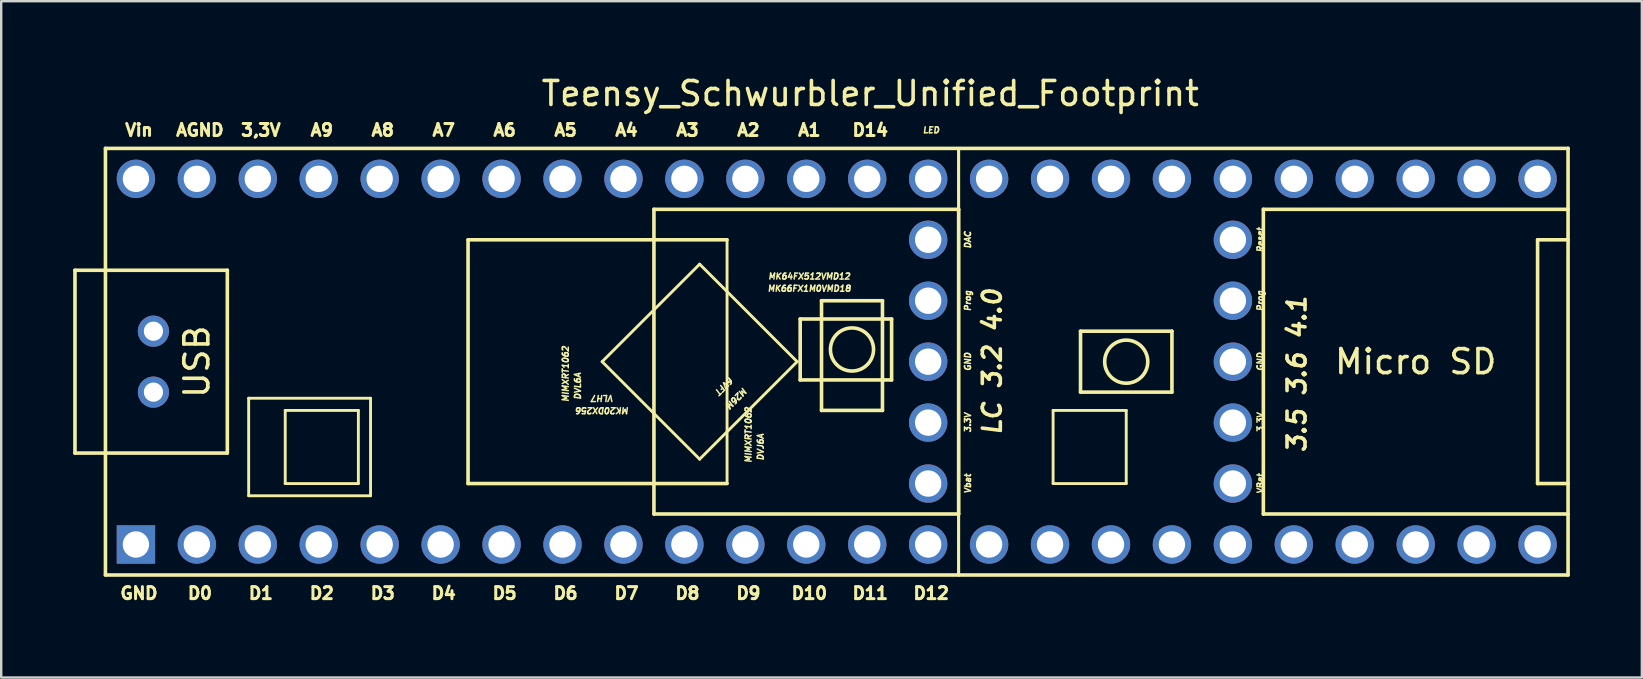
<source format=kicad_pcb>
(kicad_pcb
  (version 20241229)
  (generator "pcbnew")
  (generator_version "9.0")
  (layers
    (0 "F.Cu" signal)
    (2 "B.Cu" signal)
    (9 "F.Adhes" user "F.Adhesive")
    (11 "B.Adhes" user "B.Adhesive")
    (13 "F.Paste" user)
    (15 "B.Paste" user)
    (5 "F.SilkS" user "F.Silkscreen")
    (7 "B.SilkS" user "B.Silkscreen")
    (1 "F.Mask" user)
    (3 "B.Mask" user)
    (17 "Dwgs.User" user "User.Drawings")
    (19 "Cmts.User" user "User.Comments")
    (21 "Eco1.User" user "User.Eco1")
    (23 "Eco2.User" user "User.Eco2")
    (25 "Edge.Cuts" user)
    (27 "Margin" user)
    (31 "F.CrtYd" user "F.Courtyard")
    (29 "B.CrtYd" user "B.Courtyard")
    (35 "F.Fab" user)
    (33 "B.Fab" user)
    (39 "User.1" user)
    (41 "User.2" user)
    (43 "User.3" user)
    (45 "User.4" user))
  (footprint "Teensy_Schwurbler_Unified_Footprint"
    (layer "F.Cu")
    (at 33.73 3.134)
    (property "Reference" "Teensy_Schwurbler_Unified_Footprint" (at -0.508 -2.286 0) (layer "F.SilkS") (effects (font (size 1 1) (thickness 0.15))))
    (attr through_hole)
    (fp_line (start -33.655 5.08) (end -32.385 5.08) (stroke (width 0.15) (type solid)) (layer "F.SilkS"))
    (fp_line (start -33.655 12.7) (end -33.655 5.08) (stroke (width 0.15) (type solid)) (layer "F.SilkS"))
    (fp_line (start -32.385 0) (end 28.575 0) (stroke (width 0.15) (type solid)) (layer "F.SilkS"))
    (fp_line (start -32.385 12.7) (end -33.655 12.7) (stroke (width 0.15) (type solid)) (layer "F.SilkS"))
    (fp_line (start -32.385 17.78) (end -32.385 0) (stroke (width 0.15) (type solid)) (layer "F.SilkS"))
    (fp_line (start -27.305 5.08) (end -32.385 5.08) (stroke (width 0.15) (type solid)) (layer "F.SilkS"))
    (fp_line (start -27.305 12.7) (end -32.385 12.7) (stroke (width 0.15) (type solid)) (layer "F.SilkS"))
    (fp_line (start -27.305 12.7) (end -27.305 5.08) (stroke (width 0.15) (type solid)) (layer "F.SilkS"))
    (fp_line (start -26.416 10.414) (end -26.416 14.478) (stroke (width 0.12) (type solid)) (layer "F.SilkS"))
    (fp_line (start -26.416 14.478) (end -21.336 14.478) (stroke (width 0.12) (type solid)) (layer "F.SilkS"))
    (fp_line (start -24.892 10.922) (end -24.892 13.97) (stroke (width 0.12) (type solid)) (layer "F.SilkS"))
    (fp_line (start -24.892 13.97) (end -21.844 13.97) (stroke (width 0.12) (type solid)) (layer "F.SilkS"))
    (fp_line (start -21.844 10.922) (end -24.892 10.922) (stroke (width 0.12) (type solid)) (layer "F.SilkS"))
    (fp_line (start -21.844 13.97) (end -21.844 10.922) (stroke (width 0.12) (type solid)) (layer "F.SilkS"))
    (fp_line (start -21.336 10.414) (end -26.416 10.414) (stroke (width 0.12) (type solid)) (layer "F.SilkS"))
    (fp_line (start -21.336 14.478) (end -21.336 10.414) (stroke (width 0.12) (type solid)) (layer "F.SilkS"))
    (fp_line (start -17.272 3.81) (end -17.272 13.97) (stroke (width 0.15) (type solid)) (layer "F.SilkS"))
    (fp_line (start -17.272 13.97) (end -6.477 13.97) (stroke (width 0.15) (type solid)) (layer "F.SilkS"))
    (fp_line (start -11.684 8.89) (end -7.62 12.954) (stroke (width 0.12) (type solid)) (layer "F.SilkS"))
    (fp_line (start -9.525 2.54) (end -9.525 15.24) (stroke (width 0.15) (type solid)) (layer "F.SilkS"))
    (fp_line (start -9.525 15.24) (end 3.175 15.24) (stroke (width 0.15) (type solid)) (layer "F.SilkS"))
    (fp_line (start -7.62 4.826) (end -11.684 8.89) (stroke (width 0.12) (type solid)) (layer "F.SilkS"))
    (fp_line (start -7.62 12.954) (end -3.556 8.89) (stroke (width 0.12) (type solid)) (layer "F.SilkS"))
    (fp_line (start -6.477 3.81) (end -17.272 3.81) (stroke (width 0.15) (type solid)) (layer "F.SilkS"))
    (fp_line (start -6.477 13.97) (end -6.477 3.81) (stroke (width 0.12) (type solid)) (layer "F.SilkS"))
    (fp_line (start -3.556 8.89) (end -7.62 4.826) (stroke (width 0.12) (type solid)) (layer "F.SilkS"))
    (fp_line (start -3.429 7.112) (end 0.381 7.112) (stroke (width 0.15) (type solid)) (layer "F.SilkS"))
    (fp_line (start -3.429 9.652) (end -3.429 7.112) (stroke (width 0.15) (type solid)) (layer "F.SilkS"))
    (fp_line (start -2.54 6.35) (end 0 6.35) (stroke (width 0.15) (type solid)) (layer "F.SilkS"))
    (fp_line (start -2.54 10.922) (end -2.54 6.35) (stroke (width 0.15) (type solid)) (layer "F.SilkS"))
    (fp_line (start 0 6.35) (end 0 10.922) (stroke (width 0.15) (type solid)) (layer "F.SilkS"))
    (fp_line (start 0 10.922) (end -2.54 10.922) (stroke (width 0.15) (type solid)) (layer "F.SilkS"))
    (fp_line (start 0.381 7.112) (end 0.381 9.652) (stroke (width 0.15) (type solid)) (layer "F.SilkS"))
    (fp_line (start 0.381 9.652) (end -3.429 9.652) (stroke (width 0.15) (type solid)) (layer "F.SilkS"))
    (fp_line (start 3.175 0) (end 3.175 17.78) (stroke (width 0.12) (type solid)) (layer "F.SilkS"))
    (fp_line (start 3.175 2.54) (end -9.525 2.54) (stroke (width 0.15) (type solid)) (layer "F.SilkS"))
    (fp_line (start 3.175 15.24) (end 3.175 2.54) (stroke (width 0.15) (type solid)) (layer "F.SilkS"))
    (fp_line (start 3.175 17.78) (end 3.175 0) (stroke (width 0.12) (type solid)) (layer "F.SilkS"))
    (fp_line (start 7.112 10.922) (end 7.112 13.97) (stroke (width 0.12) (type solid)) (layer "F.SilkS"))
    (fp_line (start 7.112 13.97) (end 10.16 13.97) (stroke (width 0.12) (type solid)) (layer "F.SilkS"))
    (fp_line (start 8.255 7.62) (end 12.065 7.62) (stroke (width 0.15) (type solid)) (layer "F.SilkS"))
    (fp_line (start 8.255 10.16) (end 8.255 7.62) (stroke (width 0.15) (type solid)) (layer "F.SilkS"))
    (fp_line (start 10.16 10.922) (end 7.112 10.922) (stroke (width 0.12) (type solid)) (layer "F.SilkS"))
    (fp_line (start 10.16 13.97) (end 10.16 10.922) (stroke (width 0.12) (type solid)) (layer "F.SilkS"))
    (fp_line (start 12.065 7.62) (end 12.065 10.16) (stroke (width 0.15) (type solid)) (layer "F.SilkS"))
    (fp_line (start 12.065 10.16) (end 8.255 10.16) (stroke (width 0.15) (type solid)) (layer "F.SilkS"))
    (fp_line (start 15.875 2.54) (end 15.875 15.24) (stroke (width 0.15) (type solid)) (layer "F.SilkS"))
    (fp_line (start 15.875 15.24) (end 28.575 15.24) (stroke (width 0.15) (type solid)) (layer "F.SilkS"))
    (fp_line (start 27.305 3.81) (end 27.305 13.97) (stroke (width 0.15) (type solid)) (layer "F.SilkS"))
    (fp_line (start 27.305 13.97) (end 28.575 13.97) (stroke (width 0.15) (type solid)) (layer "F.SilkS"))
    (fp_line (start 28.575 0) (end 28.575 17.78) (stroke (width 0.15) (type solid)) (layer "F.SilkS"))
    (fp_line (start 28.575 2.54) (end 15.875 2.54) (stroke (width 0.15) (type solid)) (layer "F.SilkS"))
    (fp_line (start 28.575 3.81) (end 27.305 3.81) (stroke (width 0.15) (type solid)) (layer "F.SilkS"))
    (fp_line (start 28.575 17.78) (end -32.385 17.78) (stroke (width 0.15) (type solid)) (layer "F.SilkS"))
    (fp_circle (center -1.27 8.382) (end -1.905 7.747) (stroke (width 0.15) (type solid)) (fill no) (layer "F.SilkS"))
    (fp_circle (center 10.16 8.89) (end 10.795 8.255) (stroke (width 0.15) (type solid)) (fill no) (layer "F.SilkS"))
    (fp_text user "Vbat" (at 3.556 13.97 90) (layer "F.SilkS") (effects (font (size 0.25 0.25) (thickness 0.062) (italic yes))))
    (fp_text user "A3" (at -8.128 -0.762 0) (layer "F.SilkS") (effects (font (size 0.5 0.5) (thickness 0.125))))
    (fp_text user "GND" (at -30.988 18.542 0) (layer "F.SilkS") (effects (font (size 0.5 0.5) (thickness 0.125))))
    (fp_text user "VBat" (at 15.748 13.97 90) (layer "F.SilkS") (effects (font (size 0.25 0.25) (thickness 0.062) (italic yes))))
    (fp_text user "D6" (at -13.208 18.542 0) (layer "F.SilkS") (effects (font (size 0.5 0.5) (thickness 0.125))))
    (fp_text user "D8" (at -8.128 18.542 0) (layer "F.SilkS") (effects (font (size 0.5 0.5) (thickness 0.125))))
    (fp_text user "6VFT" (at -6.604 9.906 225) (unlocked yes) (layer "F.SilkS") (effects (font (size 0.25 0.25) (thickness 0.062) (italic yes))))
    (fp_text user "A1" (at -3.048 -0.762 0) (layer "F.SilkS") (effects (font (size 0.5 0.5) (thickness 0.125))))
    (fp_text user "D3" (at -20.828 18.542 0) (layer "F.SilkS") (effects (font (size 0.5 0.5) (thickness 0.125))))
    (fp_text user "D10" (at -3.048 18.542 0) (layer "F.SilkS") (effects (font (size 0.5 0.5) (thickness 0.125))))
    (fp_text user "A5" (at -13.208 -0.762 0) (layer "F.SilkS") (effects (font (size 0.5 0.5) (thickness 0.125))))
    (fp_text user "D9" (at -5.588 18.542 0) (layer "F.SilkS") (effects (font (size 0.5 0.5) (thickness 0.125))))
    (fp_text user "A6" (at -15.748 -0.762 0) (layer "F.SilkS") (effects (font (size 0.5 0.5) (thickness 0.125))))
    (fp_text user "3.3V" (at 3.556 11.43 90) (layer "F.SilkS") (effects (font (size 0.25 0.25) (thickness 0.062) (italic yes))))
    (fp_text user "A2" (at -5.588 -0.762 0) (layer "F.SilkS") (effects (font (size 0.5 0.5) (thickness 0.125))))
    (fp_text user "D5" (at -15.748 18.542 0) (layer "F.SilkS") (effects (font (size 0.5 0.5) (thickness 0.125))))
    (fp_text user "Prog" (at 3.556 6.35 90) (layer "F.SilkS") (effects (font (size 0.25 0.25) (thickness 0.062) (italic yes))))
    (fp_text user "D0" (at -28.448 18.542 0) (layer "F.SilkS") (effects (font (size 0.5 0.5) (thickness 0.125))))
    (fp_text user "D4" (at -18.288 18.542 0) (layer "F.SilkS") (effects (font (size 0.5 0.5) (thickness 0.125))))
    (fp_text user "MK20DX256" (at -11.684 10.922 180) (unlocked yes) (layer "F.SilkS") (effects (font (size 0.25 0.25) (thickness 0.062) (italic yes))))
    (fp_text user "M26M" (at -6.096 10.414 225) (unlocked yes) (layer "F.SilkS") (effects (font (size 0.25 0.25) (thickness 0.062) (italic yes))))
    (fp_text user "A4" (at -10.668 -0.762 0) (layer "F.SilkS") (effects (font (size 0.5 0.5) (thickness 0.125))))
    (fp_text user "A9" (at -23.368 -0.762 0) (layer "F.SilkS") (effects (font (size 0.5 0.5) (thickness 0.125))))
    (fp_text user "A8" (at -20.828 -0.762 0) (layer "F.SilkS") (effects (font (size 0.5 0.5) (thickness 0.125))))
    (fp_text user "USB" (at -28.575 8.89 270) (layer "F.SilkS") (effects (font (size 1 1) (thickness 0.15))))
    (fp_text user "D7" (at -10.668 18.542 0) (layer "F.SilkS") (effects (font (size 0.5 0.5) (thickness 0.125))))
    (fp_text user "MIMXRT1062" (at -13.208 9.398 90) (layer "F.SilkS") (effects (font (size 0.25 0.25) (thickness 0.062) (italic yes))))
    (fp_text user "DVJ6A" (at -5.08 12.446 90) (layer "F.SilkS") (effects (font (size 0.25 0.25) (thickness 0.062) (italic yes))))
    (fp_text user "DVL6A" (at -12.7 9.906 90) (layer "F.SilkS") (effects (font (size 0.25 0.25) (thickness 0.062) (italic yes))))
    (fp_text user "A7" (at -18.288 -0.762 0) (layer "F.SilkS") (effects (font (size 0.5 0.5) (thickness 0.125))))
    (fp_text user "LED" (at 2.032 -0.762 0) (layer "F.SilkS") (effects (font (size 0.25 0.25) (thickness 0.062) (italic yes))))
    (fp_text user "D14" (at -0.508 -0.762 0) (layer "F.SilkS") (effects (font (size 0.5 0.5) (thickness 0.125))))
    (fp_text user "Micro SD" (at 22.225 8.89 0) (layer "F.SilkS") (effects (font (size 1 1) (thickness 0.15))))
    (fp_text user "D11" (at -0.508 18.542 0) (layer "F.SilkS") (effects (font (size 0.5 0.5) (thickness 0.125))))
    (fp_text user "3,3V" (at -25.908 -0.762 0) (layer "F.SilkS") (effects (font (size 0.5 0.5) (thickness 0.125))))
    (fp_text user "MK66FX1M0VMD18" (at -3.048 5.842 0) (layer "F.SilkS") (effects (font (size 0.25 0.25) (thickness 0.062) (italic yes))))
    (fp_text user "Prog" (at 15.748 6.35 90) (layer "F.SilkS") (effects (font (size 0.25 0.25) (thickness 0.062) (italic yes))))
    (fp_text user "D12" (at 2.032 18.542 0) (layer "F.SilkS") (effects (font (size 0.5 0.5) (thickness 0.125))))
    (fp_text user "DAC" (at 3.556 3.81 90) (layer "F.SilkS") (effects (font (size 0.25 0.25) (thickness 0.062) (italic yes))))
    (fp_text user "VLH7" (at -11.684 10.414 180) (unlocked yes) (layer "F.SilkS") (effects (font (size 0.25 0.25) (thickness 0.062) (italic yes))))
    (fp_text user "D1" (at -25.908 18.542 0) (layer "F.SilkS") (effects (font (size 0.5 0.5) (thickness 0.125))))
    (fp_text user "GND" (at 15.748 8.89 90) (layer "F.SilkS") (effects (font (size 0.25 0.25) (thickness 0.062) (italic yes))))
    (fp_text user "Reset" (at 15.748 3.81 90) (layer "F.SilkS") (effects (font (size 0.25 0.25) (thickness 0.062) (italic yes))))
    (fp_text user "3,3V" (at 15.748 11.43 90) (layer "F.SilkS") (effects (font (size 0.25 0.25) (thickness 0.062) (italic yes))))
    (fp_text user "Vin" (at -30.988 -0.762 0) (layer "F.SilkS") (effects (font (size 0.5 0.5) (thickness 0.125))))
    (fp_text user "MIMXRT1062" (at -5.588 11.938 90) (layer "F.SilkS") (effects (font (size 0.25 0.25) (thickness 0.062) (italic yes))))
    (fp_text user "3.5 3.6 4.1" (at 17.272 9.398 90) (layer "F.SilkS") (effects (font (size 0.75 0.75) (thickness 0.15) (italic yes))))
    (fp_text user "AGND" (at -28.448 -0.762 0) (layer "F.SilkS") (effects (font (size 0.5 0.5) (thickness 0.125))))
    (fp_text user "LC 3.2 4.0" (at 4.572 8.89 90) (unlocked yes) (layer "F.SilkS") (effects (font (size 0.75 0.75) (thickness 0.15) (italic yes))))
    (fp_text user "MK64FX512VMD12" (at -3.048 5.334 0) (layer "F.SilkS") (effects (font (size 0.25 0.25) (thickness 0.062) (italic yes))))
    (fp_text user "GND" (at 3.556 8.89 90) (layer "F.SilkS") (effects (font (size 0.25 0.25) (thickness 0.062) (italic yes))))
    (fp_text user "D2" (at -23.368 18.542 0) (layer "F.SilkS") (effects (font (size 0.5 0.5) (thickness 0.125))))
    (pad "1" thru_hole rect (at -31.115 16.51) (size 1.6 1.6) (drill 1.1) (layers "*.Cu" "*.Mask"))
    (pad "2" thru_hole circle (at -28.575 16.51) (size 1.6 1.6) (drill 1.1) (layers "*.Cu" "*.Mask"))
    (pad "3" thru_hole circle (at -26.035 16.51) (size 1.6 1.6) (drill 1.1) (layers "*.Cu" "*.Mask"))
    (pad "4" thru_hole circle (at -23.495 16.51) (size 1.6 1.6) (drill 1.1) (layers "*.Cu" "*.Mask"))
    (pad "5" thru_hole circle (at -20.955 16.51) (size 1.6 1.6) (drill 1.1) (layers "*.Cu" "*.Mask"))
    (pad "6" thru_hole circle (at -18.415 16.51) (size 1.6 1.6) (drill 1.1) (layers "*.Cu" "*.Mask"))
    (pad "7" thru_hole circle (at -15.875 16.51) (size 1.6 1.6) (drill 1.1) (layers "*.Cu" "*.Mask"))
    (pad "8" thru_hole circle (at -13.335 16.51) (size 1.6 1.6) (drill 1.1) (layers "*.Cu" "*.Mask"))
    (pad "9" thru_hole circle (at -10.795 16.51) (size 1.6 1.6) (drill 1.1) (layers "*.Cu" "*.Mask"))
    (pad "10" thru_hole circle (at -8.255 16.51) (size 1.6 1.6) (drill 1.1) (layers "*.Cu" "*.Mask"))
    (pad "11" thru_hole circle (at -5.715 16.51) (size 1.6 1.6) (drill 1.1) (layers "*.Cu" "*.Mask"))
    (pad "12" thru_hole circle (at -3.175 16.51) (size 1.6 1.6) (drill 1.1) (layers "*.Cu" "*.Mask"))
    (pad "13" thru_hole circle (at -0.635 16.51) (size 1.6 1.6) (drill 1.1) (layers "*.Cu" "*.Mask"))
    (pad "14" thru_hole circle (at 1.905 16.51) (size 1.6 1.6) (drill 1.1) (layers "*.Cu" "*.Mask"))
    (pad "15" thru_hole circle (at 4.445 16.51) (size 1.6 1.6) (drill 1.1) (layers "*.Cu" "*.Mask"))
    (pad "16" thru_hole circle (at 6.985 16.51) (size 1.6 1.6) (drill 1.1) (layers "*.Cu" "*.Mask"))
    (pad "17" thru_hole circle (at 9.525 16.51) (size 1.6 1.6) (drill 1.1) (layers "*.Cu" "*.Mask"))
    (pad "18" thru_hole circle (at 12.065 16.51) (size 1.6 1.6) (drill 1.1) (layers "*.Cu" "*.Mask"))
    (pad "19" thru_hole circle (at 14.605 16.51) (size 1.6 1.6) (drill 1.1) (layers "*.Cu" "*.Mask"))
    (pad "20" thru_hole circle (at 17.145 16.51) (size 1.6 1.6) (drill 1.1) (layers "*.Cu" "*.Mask"))
    (pad "21" thru_hole circle (at 19.685 16.51) (size 1.6 1.6) (drill 1.1) (layers "*.Cu" "*.Mask"))
    (pad "22" thru_hole circle (at 22.225 16.51) (size 1.6 1.6) (drill 1.1) (layers "*.Cu" "*.Mask"))
    (pad "23" thru_hole circle (at 24.765 16.51) (size 1.6 1.6) (drill 1.1) (layers "*.Cu" "*.Mask"))
    (pad "24" thru_hole circle (at 27.305 16.51) (size 1.6 1.6) (drill 1.1) (layers "*.Cu" "*.Mask"))
    (pad "25" thru_hole circle (at 27.305 1.27) (size 1.6 1.6) (drill 1.1) (layers "*.Cu" "*.Mask"))
    (pad "26" thru_hole circle (at 24.765 1.27) (size 1.6 1.6) (drill 1.1) (layers "*.Cu" "*.Mask"))
    (pad "27" thru_hole circle (at 22.225 1.27) (size 1.6 1.6) (drill 1.1) (layers "*.Cu" "*.Mask"))
    (pad "28" thru_hole circle (at 19.685 1.27) (size 1.6 1.6) (drill 1.1) (layers "*.Cu" "*.Mask"))
    (pad "29" thru_hole circle (at 17.145 1.27) (size 1.6 1.6) (drill 1.1) (layers "*.Cu" "*.Mask"))
    (pad "30" thru_hole circle (at 14.605 1.27) (size 1.6 1.6) (drill 1.1) (layers "*.Cu" "*.Mask"))
    (pad "31" thru_hole circle (at 12.065 1.27) (size 1.6 1.6) (drill 1.1) (layers "*.Cu" "*.Mask"))
    (pad "32" thru_hole circle (at 9.525 1.27) (size 1.6 1.6) (drill 1.1) (layers "*.Cu" "*.Mask"))
    (pad "33" thru_hole circle (at 6.985 1.27) (size 1.6 1.6) (drill 1.1) (layers "*.Cu" "*.Mask"))
    (pad "34" thru_hole circle (at 4.445 1.27) (size 1.6 1.6) (drill 1.1) (layers "*.Cu" "*.Mask"))
    (pad "35" thru_hole circle (at 1.905 1.27) (size 1.6 1.6) (drill 1.1) (layers "*.Cu" "*.Mask"))
    (pad "36" thru_hole circle (at -0.635 1.27) (size 1.6 1.6) (drill 1.1) (layers "*.Cu" "*.Mask"))
    (pad "37" thru_hole circle (at -3.175 1.27) (size 1.6 1.6) (drill 1.1) (layers "*.Cu" "*.Mask"))
    (pad "38" thru_hole circle (at -5.715 1.27) (size 1.6 1.6) (drill 1.1) (layers "*.Cu" "*.Mask"))
    (pad "39" thru_hole circle (at -8.255 1.27) (size 1.6 1.6) (drill 1.1) (layers "*.Cu" "*.Mask"))
    (pad "40" thru_hole circle (at -10.795 1.27) (size 1.6 1.6) (drill 1.1) (layers "*.Cu" "*.Mask"))
    (pad "41" thru_hole circle (at -13.335 1.27) (size 1.6 1.6) (drill 1.1) (layers "*.Cu" "*.Mask"))
    (pad "42" thru_hole circle (at -15.875 1.27) (size 1.6 1.6) (drill 1.1) (layers "*.Cu" "*.Mask"))
    (pad "43" thru_hole circle (at -18.415 1.27) (size 1.6 1.6) (drill 1.1) (layers "*.Cu" "*.Mask"))
    (pad "44" thru_hole circle (at -20.955 1.27) (size 1.6 1.6) (drill 1.1) (layers "*.Cu" "*.Mask"))
    (pad "45" thru_hole circle (at -23.495 1.27) (size 1.6 1.6) (drill 1.1) (layers "*.Cu" "*.Mask"))
    (pad "46" thru_hole circle (at -26.035 1.27) (size 1.6 1.6) (drill 1.1) (layers "*.Cu" "*.Mask"))
    (pad "47" thru_hole circle (at -28.575 1.27) (size 1.6 1.6) (drill 1.1) (layers "*.Cu" "*.Mask"))
    (pad "48" thru_hole circle (at -31.115 1.27) (size 1.6 1.6) (drill 1.1) (layers "*.Cu" "*.Mask"))
    (pad "50" thru_hole circle (at 14.605 13.97) (size 1.6 1.6) (drill 1.1) (layers "*.Cu" "*.Mask"))
    (pad "51" thru_hole circle (at 14.605 11.43) (size 1.6 1.6) (drill 1.1) (layers "*.Cu" "*.Mask"))
    (pad "52" thru_hole circle (at 14.605 8.89) (size 1.6 1.6) (drill 1.1) (layers "*.Cu" "*.Mask"))
    (pad "53" thru_hole circle (at 14.605 6.35) (size 1.6 1.6) (drill 1.1) (layers "*.Cu" "*.Mask"))
    (pad "54" thru_hole circle (at 14.605 3.81) (size 1.6 1.6) (drill 1.1) (layers "*.Cu" "*.Mask"))
    (pad "66" thru_hole circle (at -30.385 10.16) (size 1.3 1.3) (drill 0.8) (layers "*.Cu" "*.Mask"))
    (pad "67" thru_hole circle (at -30.385 7.62) (size 1.3 1.3) (drill 0.8) (layers "*.Cu" "*.Mask"))
    (pad "68" thru_hole circle (at 1.905 8.89) (size 1.6 1.6) (drill 1.1) (layers "*.Cu"))
    (pad "69" thru_hole circle (at 1.905 6.35) (size 1.6 1.6) (drill 1.1) (layers "*.Cu"))
    (pad "70" thru_hole circle (at 1.905 3.81) (size 1.6 1.6) (drill 1.1) (layers "*.Cu"))
    (pad "71" thru_hole circle (at 1.905 11.43) (size 1.6 1.6) (drill 1.1) (layers "*.Cu"))
    (pad "72" thru_hole circle (at 1.905 13.97) (size 1.6 1.6) (drill 1.1) (layers "*.Cu")))
  (gr_rect
    (start -3 -3)
    (end 65.38 25.188)
    (stroke (width 0.1) (type default))
    (fill no)
    (layer "Edge.Cuts")))
</source>
